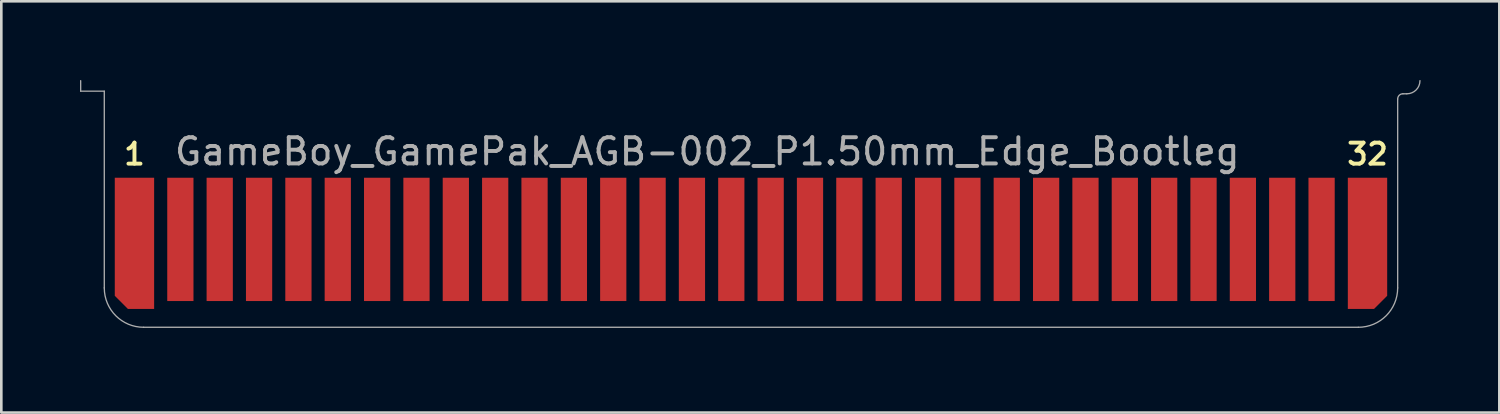
<source format=kicad_pcb>
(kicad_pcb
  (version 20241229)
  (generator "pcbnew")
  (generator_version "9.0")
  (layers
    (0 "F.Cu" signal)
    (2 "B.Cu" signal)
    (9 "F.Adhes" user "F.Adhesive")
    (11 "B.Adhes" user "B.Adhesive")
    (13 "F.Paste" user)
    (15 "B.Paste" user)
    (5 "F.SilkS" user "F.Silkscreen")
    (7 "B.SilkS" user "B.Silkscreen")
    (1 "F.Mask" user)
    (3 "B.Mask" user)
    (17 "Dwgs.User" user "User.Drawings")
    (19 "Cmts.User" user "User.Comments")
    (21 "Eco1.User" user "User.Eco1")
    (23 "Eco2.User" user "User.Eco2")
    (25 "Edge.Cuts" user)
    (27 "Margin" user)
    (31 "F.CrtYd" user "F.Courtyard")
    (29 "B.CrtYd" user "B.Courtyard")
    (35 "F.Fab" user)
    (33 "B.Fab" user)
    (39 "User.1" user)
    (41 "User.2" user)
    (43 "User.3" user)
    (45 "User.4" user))
  (footprint "GameBoy_GamePak_AGB-002_P1.50mm_Edge_Bootleg"
    (layer "F.Cu")
    (at 25.575 9.425)
    (property "Reference" "GameBoy_GamePak_AGB-002_P1.50mm_Edge_Bootleg" (at -22.05 -6.7 0) (layer "F.Fab") (effects (font (size 1 1) (thickness 0.15)) (justify left)))
    (attr through_hole)
    (fp_poly (pts (xy 24.9 0.25) (xy -24.9 0.25) (xy -24.9 -5.7) (xy 24.9 -5.7)) (stroke (width 0) (type solid)) (fill yes) (layer "F.Mask"))
    (fp_line (start -25.55 -9) (end -25.55 -9.4) (stroke (width 0.05) (type solid)) (layer "F.Fab"))
    (fp_line (start -25.55 -9) (end -24.65 -9) (stroke (width 0.05) (type solid)) (layer "F.Fab"))
    (fp_line (start -24.65 -1.5) (end -24.65 -9) (stroke (width 0.05) (type solid)) (layer "F.Fab"))
    (fp_line (start -23.15 0) (end 23.15 0) (stroke (width 0.05) (type solid)) (layer "F.Fab"))
    (fp_line (start 24.65 -1.5) (end 24.65 -8.7) (stroke (width 0.05) (type solid)) (layer "F.Fab"))
    (fp_line (start 24.85 -8.9) (end 25 -8.9) (stroke (width 0.05) (type solid)) (layer "F.Fab"))
    (fp_arc (start -23.15 0) (mid -24.21066 -0.43934) (end -24.65 -1.5) (stroke (width 0.05) (type solid)) (layer "F.Fab"))
    (fp_arc (start 24.65 -8.7) (mid 24.708579 -8.841421) (end 24.85 -8.9) (stroke (width 0.05) (type solid)) (layer "F.Fab"))
    (fp_arc (start 24.65 -1.5) (mid 24.21066 -0.43934) (end 23.15 0) (stroke (width 0.05) (type solid)) (layer "F.Fab"))
    (fp_arc (start 25.5 -9.4) (mid 25.353553 -9.046447) (end 25 -8.9) (stroke (width 0.05) (type solid)) (layer "F.Fab"))
    (fp_text user "1" (at -23.5 -6.6 0) (layer "F.SilkS") (effects (font (size 0.8 0.8) (thickness 0.15))))
    (fp_text user "32" (at 23.5 -6.6 0) (layer "F.SilkS") (effects (font (size 0.8 0.8) (thickness 0.15))))
    (pad "1" smd custom (at -23.5 -5.2) (size 1 1) (layers "F.Cu" "F.Mask") (options (anchor rect)) (primitives (gr_poly (pts (xy -0.75 4) (xy -0.75 -0.5) (xy 0.75 -0.5) (xy 0.75 4.5) (xy -0.25 4.5)) (width 0) (fill yes))))
    (pad "2" smd custom (at -21.75 -5.2) (size 1 1) (layers "F.Cu" "F.Mask") (options (anchor rect)) (primitives (gr_poly (pts (xy 0.5 4.2) (xy -0.5 4.2) (xy -0.5 -0.5) (xy 0.5 -0.5)) (width 0) (fill yes))))
    (pad "3" smd custom (at -20.25 -5.2) (size 1 1) (layers "F.Cu" "F.Mask") (options (anchor rect)) (primitives (gr_poly (pts (xy 0.5 4.2) (xy -0.5 4.2) (xy -0.5 -0.5) (xy 0.5 -0.5)) (width 0) (fill yes))))
    (pad "4" smd custom (at -18.75 -5.2) (size 1 1) (layers "F.Cu" "F.Mask") (options (anchor rect)) (primitives (gr_poly (pts (xy 0.5 4.2) (xy -0.5 4.2) (xy -0.5 -0.5) (xy 0.5 -0.5)) (width 0) (fill yes))))
    (pad "5" smd custom (at -17.25 -5.2) (size 1 1) (layers "F.Cu" "F.Mask") (options (anchor rect)) (primitives (gr_poly (pts (xy 0.5 4.2) (xy -0.5 4.2) (xy -0.5 -0.5) (xy 0.5 -0.5)) (width 0) (fill yes))))
    (pad "6" smd custom (at -15.75 -5.2) (size 1 1) (layers "F.Cu" "F.Mask") (options (anchor rect)) (primitives (gr_poly (pts (xy 0.5 4.2) (xy -0.5 4.2) (xy -0.5 -0.5) (xy 0.5 -0.5)) (width 0) (fill yes))))
    (pad "7" smd custom (at -14.25 -5.2) (size 1 1) (layers "F.Cu" "F.Mask") (options (anchor rect)) (primitives (gr_poly (pts (xy 0.5 4.2) (xy -0.5 4.2) (xy -0.5 -0.5) (xy 0.5 -0.5)) (width 0) (fill yes))))
    (pad "8" smd custom (at -12.75 -5.2) (size 1 1) (layers "F.Cu" "F.Mask") (options (anchor rect)) (primitives (gr_poly (pts (xy 0.5 4.2) (xy -0.5 4.2) (xy -0.5 -0.5) (xy 0.5 -0.5)) (width 0) (fill yes))))
    (pad "9" smd custom (at -11.25 -5.2) (size 1 1) (layers "F.Cu" "F.Mask") (options (anchor rect)) (primitives (gr_poly (pts (xy 0.5 4.2) (xy -0.5 4.2) (xy -0.5 -0.5) (xy 0.5 -0.5)) (width 0) (fill yes))))
    (pad "10" smd custom (at -9.75 -5.2) (size 1 1) (layers "F.Cu" "F.Mask") (options (anchor rect)) (primitives (gr_poly (pts (xy 0.5 4.2) (xy -0.5 4.2) (xy -0.5 -0.5) (xy 0.5 -0.5)) (width 0) (fill yes))))
    (pad "11" smd custom (at -8.25 -5.2) (size 1 1) (layers "F.Cu" "F.Mask") (options (anchor rect)) (primitives (gr_poly (pts (xy 0.5 4.2) (xy -0.5 4.2) (xy -0.5 -0.5) (xy 0.5 -0.5)) (width 0) (fill yes))))
    (pad "12" smd custom (at -6.75 -5.2) (size 1 1) (layers "F.Cu" "F.Mask") (options (anchor rect)) (primitives (gr_poly (pts (xy 0.5 4.2) (xy -0.5 4.2) (xy -0.5 -0.5) (xy 0.5 -0.5)) (width 0) (fill yes))))
    (pad "13" smd custom (at -5.25 -5.2) (size 1 1) (layers "F.Cu" "F.Mask") (options (anchor rect)) (primitives (gr_poly (pts (xy 0.5 4.2) (xy -0.5 4.2) (xy -0.5 -0.5) (xy 0.5 -0.5)) (width 0) (fill yes))))
    (pad "14" smd custom (at -3.75 -5.2) (size 1 1) (layers "F.Cu" "F.Mask") (options (anchor rect)) (primitives (gr_poly (pts (xy 0.5 4.2) (xy -0.5 4.2) (xy -0.5 -0.5) (xy 0.5 -0.5)) (width 0) (fill yes))))
    (pad "15" smd custom (at -2.25 -5.2) (size 1 1) (layers "F.Cu" "F.Mask") (options (anchor rect)) (primitives (gr_poly (pts (xy 0.5 4.2) (xy -0.5 4.2) (xy -0.5 -0.5) (xy 0.5 -0.5)) (width 0) (fill yes))))
    (pad "16" smd custom (at -0.75 -5.2) (size 1 1) (layers "F.Cu" "F.Mask") (options (anchor rect)) (primitives (gr_poly (pts (xy 0.5 4.2) (xy -0.5 4.2) (xy -0.5 -0.5) (xy 0.5 -0.5)) (width 0) (fill yes))))
    (pad "17" smd custom (at 0.75 -5.2) (size 1 1) (layers "F.Cu" "F.Mask") (options (anchor rect)) (primitives (gr_poly (pts (xy 0.5 4.2) (xy -0.5 4.2) (xy -0.5 -0.5) (xy 0.5 -0.5)) (width 0) (fill yes))))
    (pad "18" smd custom (at 2.25 -5.2) (size 1 1) (layers "F.Cu" "F.Mask") (options (anchor rect)) (primitives (gr_poly (pts (xy 0.5 4.2) (xy -0.5 4.2) (xy -0.5 -0.5) (xy 0.5 -0.5)) (width 0) (fill yes))))
    (pad "19" smd custom (at 3.75 -5.2) (size 1 1) (layers "F.Cu" "F.Mask") (options (anchor rect)) (primitives (gr_poly (pts (xy 0.5 4.2) (xy -0.5 4.2) (xy -0.5 -0.5) (xy 0.5 -0.5)) (width 0) (fill yes))))
    (pad "20" smd custom (at 5.25 -5.2) (size 1 1) (layers "F.Cu" "F.Mask") (options (anchor rect)) (primitives (gr_poly (pts (xy 0.5 4.2) (xy -0.5 4.2) (xy -0.5 -0.5) (xy 0.5 -0.5)) (width 0) (fill yes))))
    (pad "21" smd custom (at 6.75 -5.2) (size 1 1) (layers "F.Cu" "F.Mask") (options (anchor rect)) (primitives (gr_poly (pts (xy 0.5 4.2) (xy -0.5 4.2) (xy -0.5 -0.5) (xy 0.5 -0.5)) (width 0) (fill yes))))
    (pad "22" smd custom (at 8.25 -5.2) (size 1 1) (layers "F.Cu" "F.Mask") (options (anchor rect)) (primitives (gr_poly (pts (xy 0.5 4.2) (xy -0.5 4.2) (xy -0.5 -0.5) (xy 0.5 -0.5)) (width 0) (fill yes))))
    (pad "23" smd custom (at 9.75 -5.2) (size 1 1) (layers "F.Cu" "F.Mask") (options (anchor rect)) (primitives (gr_poly (pts (xy 0.5 4.2) (xy -0.5 4.2) (xy -0.5 -0.5) (xy 0.5 -0.5)) (width 0) (fill yes))))
    (pad "24" smd custom (at 11.25 -5.2) (size 1 1) (layers "F.Cu" "F.Mask") (options (anchor rect)) (primitives (gr_poly (pts (xy 0.5 4.2) (xy -0.5 4.2) (xy -0.5 -0.5) (xy 0.5 -0.5)) (width 0) (fill yes))))
    (pad "25" smd custom (at 12.75 -5.2) (size 1 1) (layers "F.Cu" "F.Mask") (options (anchor rect)) (primitives (gr_poly (pts (xy 0.5 4.2) (xy -0.5 4.2) (xy -0.5 -0.5) (xy 0.5 -0.5)) (width 0) (fill yes))))
    (pad "26" smd custom (at 14.25 -5.2) (size 1 1) (layers "F.Cu" "F.Mask") (options (anchor rect)) (primitives (gr_poly (pts (xy 0.5 4.2) (xy -0.5 4.2) (xy -0.5 -0.5) (xy 0.5 -0.5)) (width 0) (fill yes))))
    (pad "27" smd custom (at 15.75 -5.2) (size 1 1) (layers "F.Cu" "F.Mask") (options (anchor rect)) (primitives (gr_poly (pts (xy 0.5 4.2) (xy -0.5 4.2) (xy -0.5 -0.5) (xy 0.5 -0.5)) (width 0) (fill yes))))
    (pad "28" smd custom (at 17.25 -5.2) (size 1 1) (layers "F.Cu" "F.Mask") (options (anchor rect)) (primitives (gr_poly (pts (xy 0.5 4.2) (xy -0.5 4.2) (xy -0.5 -0.5) (xy 0.5 -0.5)) (width 0) (fill yes))))
    (pad "29" smd custom (at 18.75 -5.2) (size 1 1) (layers "F.Cu" "F.Mask") (options (anchor rect)) (primitives (gr_poly (pts (xy 0.5 4.2) (xy -0.5 4.2) (xy -0.5 -0.5) (xy 0.5 -0.5)) (width 0) (fill yes))))
    (pad "30" smd custom (at 20.25 -5.2) (size 1 1) (layers "F.Cu" "F.Mask") (options (anchor rect)) (primitives (gr_poly (pts (xy 0.5 4.2) (xy -0.5 4.2) (xy -0.5 -0.5) (xy 0.5 -0.5)) (width 0) (fill yes))))
    (pad "31" smd custom (at 21.75 -5.2) (size 1 1) (layers "F.Cu" "F.Mask") (options (anchor rect)) (primitives (gr_poly (pts (xy 0.5 4.2) (xy -0.5 4.2) (xy -0.5 -0.5) (xy 0.5 -0.5)) (width 0) (fill yes))))
    (pad "32" smd custom (at 23.5 -5.2) (size 1 1) (layers "F.Cu" "F.Mask") (options (anchor rect)) (primitives (gr_poly (pts (xy -0.75 4.5) (xy -0.75 -0.5) (xy 0.75 -0.5) (xy 0.75 4) (xy 0.25 4.5)) (width 0) (fill yes)))))
  (gr_rect
    (start -3 -3)
    (end 54.1 12.675)
    (stroke (width 0.1) (type default))
    (fill no)
    (layer "Edge.Cuts")))
</source>
